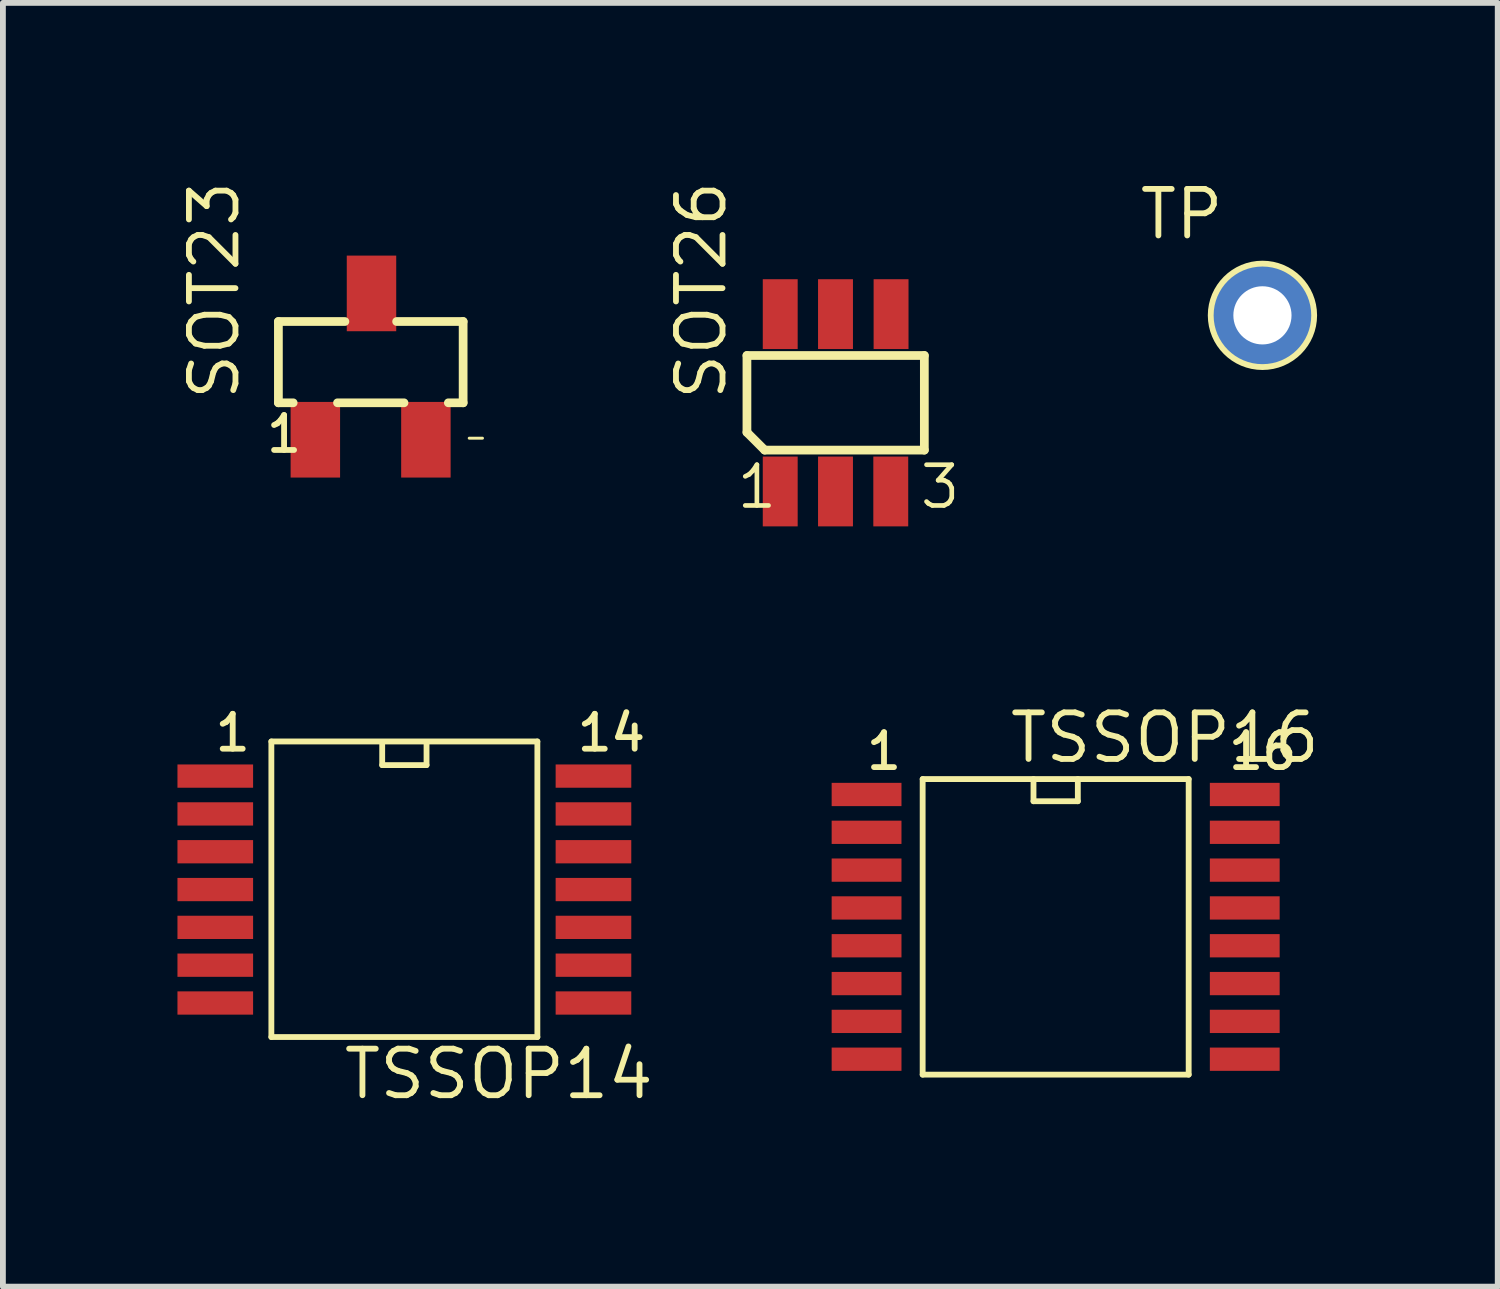
<source format=kicad_pcb>
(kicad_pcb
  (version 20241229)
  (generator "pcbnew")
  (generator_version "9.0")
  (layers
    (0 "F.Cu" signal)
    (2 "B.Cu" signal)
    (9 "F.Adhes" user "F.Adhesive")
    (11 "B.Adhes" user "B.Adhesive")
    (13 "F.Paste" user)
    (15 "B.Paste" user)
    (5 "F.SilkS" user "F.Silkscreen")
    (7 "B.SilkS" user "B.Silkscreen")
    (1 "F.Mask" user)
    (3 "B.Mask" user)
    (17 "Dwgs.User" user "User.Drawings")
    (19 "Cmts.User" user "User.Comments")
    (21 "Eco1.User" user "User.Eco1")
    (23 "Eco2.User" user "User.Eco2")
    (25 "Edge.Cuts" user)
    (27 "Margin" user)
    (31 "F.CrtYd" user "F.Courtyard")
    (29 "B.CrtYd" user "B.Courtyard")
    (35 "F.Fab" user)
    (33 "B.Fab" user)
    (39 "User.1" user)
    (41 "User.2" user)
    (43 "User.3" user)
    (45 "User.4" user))
  (footprint "TSSOP14"
    (layer "F.Cu")
    (at 0.65 10.289)
    (property "Reference" "TSSOP14" (at 2.159 5.588 0) (unlocked yes) (layer "F.SilkS") (effects (font (size 0.8 0.8) (thickness 0.1)) (justify left bottom)))
    (fp_line (start 0.964 -0.595) (end 0.964 4.485) (stroke (width 0.1) (type solid)) (layer "F.SilkS"))
    (fp_line (start 0.964 -0.595) (end 5.536 -0.595) (stroke (width 0.1) (type solid)) (layer "F.SilkS"))
    (fp_line (start 0.964 4.485) (end 5.536 4.485) (stroke (width 0.1) (type solid)) (layer "F.SilkS"))
    (fp_line (start 2.869 -0.57) (end 2.869 -0.189) (stroke (width 0.1) (type solid)) (layer "F.SilkS"))
    (fp_line (start 2.869 -0.189) (end 3.631 -0.189) (stroke (width 0.1) (type solid)) (layer "F.SilkS"))
    (fp_line (start 3.631 -0.57) (end 3.631 -0.189) (stroke (width 0.1) (type solid)) (layer "F.SilkS"))
    (fp_line (start 5.536 -0.595) (end 5.536 4.485) (stroke (width 0.1) (type solid)) (layer "F.SilkS"))
    (fp_text user "14" (at 6.171 -0.392 0) (unlocked yes) (layer "F.SilkS") (effects (font (size 0.6 0.6) (thickness 0.1)) (justify left bottom)))
    (fp_text user "1" (at -0.052 -0.392 0) (unlocked yes) (layer "F.SilkS") (effects (font (size 0.6 0.6) (thickness 0.1)) (justify left bottom)))
    (pad "1" smd rect (at 0 0 90) (size 0.4 1.3) (layers "F.Cu" "F.Mask" "F.Paste"))
    (pad "2" smd rect (at 0 0.65 90) (size 0.4 1.3) (layers "F.Cu" "F.Mask" "F.Paste"))
    (pad "3" smd rect (at 0 1.3 90) (size 0.4 1.3) (layers "F.Cu" "F.Mask" "F.Paste"))
    (pad "4" smd rect (at 0 1.95 90) (size 0.4 1.3) (layers "F.Cu" "F.Mask" "F.Paste"))
    (pad "5" smd rect (at 0 2.6 90) (size 0.4 1.3) (layers "F.Cu" "F.Mask" "F.Paste"))
    (pad "6" smd rect (at 0 3.25 90) (size 0.4 1.3) (layers "F.Cu" "F.Mask" "F.Paste"))
    (pad "7" smd rect (at 0 3.9 90) (size 0.4 1.3) (layers "F.Cu" "F.Mask" "F.Paste"))
    (pad "8" smd rect (at 6.5 3.9 90) (size 0.4 1.3) (layers "F.Cu" "F.Mask" "F.Paste"))
    (pad "9" smd rect (at 6.5 3.25 90) (size 0.4 1.3) (layers "F.Cu" "F.Mask" "F.Paste"))
    (pad "10" smd rect (at 6.5 2.6 90) (size 0.4 1.3) (layers "F.Cu" "F.Mask" "F.Paste"))
    (pad "11" smd rect (at 6.5 1.95 90) (size 0.4 1.3) (layers "F.Cu" "F.Mask" "F.Paste"))
    (pad "12" smd rect (at 6.5 1.3 90) (size 0.4 1.3) (layers "F.Cu" "F.Mask" "F.Paste"))
    (pad "13" smd rect (at 6.5 0.65 90) (size 0.4 1.3) (layers "F.Cu" "F.Mask" "F.Paste"))
    (pad "14" smd rect (at 6.5 0 90) (size 0.4 1.3) (layers "F.Cu" "F.Mask" "F.Paste")))
  (footprint "SOT23"
    (layer "F.Cu")
    (at 2.37 4.508)
    (property "Reference" "SOT23" (at -1.27 -0.635 90) (unlocked yes) (layer "F.SilkS") (effects (font (size 0.8 0.8) (thickness 0.1)) (justify left bottom)))
    (fp_line (start -0.635 -0.635) (end -0.635 -2.032) (stroke (width 0.15) (type solid)) (layer "F.SilkS"))
    (fp_line (start -0.381 -0.635) (end -0.635 -0.635) (stroke (width 0.15) (type solid)) (layer "F.SilkS"))
    (fp_line (start 0.508 -2.032) (end -0.635 -2.032) (stroke (width 0.15) (type solid)) (layer "F.SilkS"))
    (fp_line (start 1.524 -0.635) (end 0.381 -0.635) (stroke (width 0.15) (type solid)) (layer "F.SilkS"))
    (fp_line (start 2.54 -2.032) (end 1.397 -2.032) (stroke (width 0.15) (type solid)) (layer "F.SilkS"))
    (fp_line (start 2.54 -0.635) (end 2.286 -0.635) (stroke (width 0.15) (type solid)) (layer "F.SilkS"))
    (fp_line (start 2.54 -0.635) (end 2.54 -2.032) (stroke (width 0.15) (type solid)) (layer "F.SilkS"))
    (fp_text user "-" (at 2.54 0.127 0) (unlocked yes) (layer "F.SilkS") (effects (font (size 0.3 0.3) (thickness 0.05)) (justify left bottom)))
    (fp_text user "1" (at -0.889 0.254 0) (unlocked yes) (layer "F.SilkS") (effects (font (size 0.6 0.6) (thickness 0.1)) (justify left bottom)))
    (pad "1" smd rect (at 0 0) (size 0.85 1.3) (layers "F.Cu" "F.Mask" "F.Paste"))
    (pad "2" smd rect (at 1.9 0) (size 0.85 1.3) (layers "F.Cu" "F.Mask" "F.Paste"))
    (pad "3" smd rect (at 0.965 -2.515) (size 0.85 1.3) (layers "F.Cu" "F.Mask" "F.Paste")))
  (footprint "TP"
    (layer "F.Cu")
    (at 18.648 2.37)
    (property "Reference" "TP" (at -2.159 -1.27 0) (unlocked yes) (layer "F.SilkS") (effects (font (size 0.8 0.8) (thickness 0.1)) (justify left bottom)))
    (fp_circle (center 0 0) (end 0 -0.889) (stroke (width 0.1) (type solid)) (fill no) (layer "F.SilkS"))
    (pad "1" thru_hole circle (at 0 0 90) (size 1.8 1.8) (drill 1) (layers "*.Cu" "*.Mask")))
  (footprint "TSSOP16"
    (layer "F.Cu")
    (at 11.844 10.605)
    (property "Reference" "TSSOP16" (at 2.413 -0.508 0) (unlocked yes) (layer "F.SilkS") (effects (font (size 0.8 0.8) (thickness 0.1)) (justify left bottom)))
    (fp_line (start 0.964 -0.265) (end 5.536 -0.265) (stroke (width 0.1) (type solid)) (layer "F.SilkS"))
    (fp_line (start 0.964 4.815) (end 0.964 -0.265) (stroke (width 0.1) (type solid)) (layer "F.SilkS"))
    (fp_line (start 0.964 4.815) (end 5.536 4.815) (stroke (width 0.1) (type solid)) (layer "F.SilkS"))
    (fp_line (start 2.869 0.116) (end 2.869 -0.265) (stroke (width 0.1) (type solid)) (layer "F.SilkS"))
    (fp_line (start 2.869 0.116) (end 3.631 0.116) (stroke (width 0.1) (type solid)) (layer "F.SilkS"))
    (fp_line (start 3.631 0.116) (end 3.631 -0.265) (stroke (width 0.1) (type solid)) (layer "F.SilkS"))
    (fp_line (start 5.536 4.815) (end 5.536 -0.265) (stroke (width 0.1) (type solid)) (layer "F.SilkS"))
    (fp_text user "16" (at 6.171 -0.392 0) (unlocked yes) (layer "F.SilkS") (effects (font (size 0.6 0.6) (thickness 0.1)) (justify left bottom)))
    (fp_text user "1" (at -0.052 -0.392 0) (unlocked yes) (layer "F.SilkS") (effects (font (size 0.6 0.6) (thickness 0.1)) (justify left bottom)))
    (pad "1" smd rect (at 0 0 90) (size 0.4 1.2) (layers "F.Cu" "F.Mask" "F.Paste"))
    (pad "2" smd rect (at 0 0.65 90) (size 0.4 1.2) (layers "F.Cu" "F.Mask" "F.Paste"))
    (pad "3" smd rect (at 0 1.3 90) (size 0.4 1.2) (layers "F.Cu" "F.Mask" "F.Paste"))
    (pad "4" smd rect (at 0 1.95 90) (size 0.4 1.2) (layers "F.Cu" "F.Mask" "F.Paste"))
    (pad "5" smd rect (at 0 2.6 90) (size 0.4 1.2) (layers "F.Cu" "F.Mask" "F.Paste"))
    (pad "6" smd rect (at 0 3.25 90) (size 0.4 1.2) (layers "F.Cu" "F.Mask" "F.Paste"))
    (pad "7" smd rect (at 0 3.9 90) (size 0.4 1.2) (layers "F.Cu" "F.Mask" "F.Paste"))
    (pad "8" smd rect (at 0 4.55 90) (size 0.4 1.2) (layers "F.Cu" "F.Mask" "F.Paste"))
    (pad "9" smd rect (at 6.5 4.55 90) (size 0.4 1.2) (layers "F.Cu" "F.Mask" "F.Paste"))
    (pad "10" smd rect (at 6.5 3.9 90) (size 0.4 1.2) (layers "F.Cu" "F.Mask" "F.Paste"))
    (pad "11" smd rect (at 6.5 3.25 90) (size 0.4 1.2) (layers "F.Cu" "F.Mask" "F.Paste"))
    (pad "12" smd rect (at 6.5 2.6 90) (size 0.4 1.2) (layers "F.Cu" "F.Mask" "F.Paste"))
    (pad "13" smd rect (at 6.5 1.95 90) (size 0.4 1.2) (layers "F.Cu" "F.Mask" "F.Paste"))
    (pad "14" smd rect (at 6.5 1.3 90) (size 0.4 1.2) (layers "F.Cu" "F.Mask" "F.Paste"))
    (pad "15" smd rect (at 6.5 0.65 90) (size 0.4 1.2) (layers "F.Cu" "F.Mask" "F.Paste"))
    (pad "16" smd rect (at 6.5 0 90) (size 0.4 1.2) (layers "F.Cu" "F.Mask" "F.Paste")))
  (footprint "SOT26"
    (layer "F.Cu")
    (at 10.36 5.397)
    (property "Reference" "SOT26" (at -0.889 -1.524 90) (unlocked yes) (layer "F.SilkS") (effects (font (size 0.8 0.8) (thickness 0.1)) (justify left bottom)))
    (fp_line (start -0.572 -1.016) (end -0.572 -2.337) (stroke (width 0.15) (type solid)) (layer "F.SilkS"))
    (fp_line (start -0.267 -0.711) (end -0.572 -1.016) (stroke (width 0.15) (type solid)) (layer "F.SilkS"))
    (fp_line (start 2.477 -2.337) (end -0.572 -2.337) (stroke (width 0.15) (type solid)) (layer "F.SilkS"))
    (fp_line (start 2.477 -0.711) (end -0.267 -0.711) (stroke (width 0.15) (type solid)) (layer "F.SilkS"))
    (fp_line (start 2.477 -0.711) (end 2.477 -2.337) (stroke (width 0.15) (type solid)) (layer "F.SilkS"))
    (fp_text user "1" (at -0.787 0.33 0) (unlocked yes) (layer "F.SilkS") (effects (font (size 0.7 0.7) (thickness 0.08)) (justify left bottom)))
    (fp_text user "3" (at 2.362 0.33 0) (unlocked yes) (layer "F.SilkS") (effects (font (size 0.7 0.7) (thickness 0.08)) (justify left bottom)))
    (pad "1" smd rect (at 0 0) (size 0.6 1.2) (layers "F.Cu" "F.Mask" "F.Paste"))
    (pad "2" smd rect (at 0.95 0) (size 0.6 1.2) (layers "F.Cu" "F.Mask" "F.Paste"))
    (pad "3" smd rect (at 1.9 0) (size 0.6 1.2) (layers "F.Cu" "F.Mask" "F.Paste"))
    (pad "4" smd rect (at 1.905 -3.048) (size 0.6 1.2) (layers "F.Cu" "F.Mask" "F.Paste"))
    (pad "5" smd rect (at 0.95 -3.048) (size 0.6 1.2) (layers "F.Cu" "F.Mask" "F.Paste"))
    (pad "6" smd rect (at 0 -3.048) (size 0.6 1.2) (layers "F.Cu" "F.Mask" "F.Paste")))
  (gr_rect
    (start -3 -3)
    (end 22.692 19.064)
    (stroke (width 0.1) (type default))
    (fill no)
    (layer "Edge.Cuts")))
</source>
